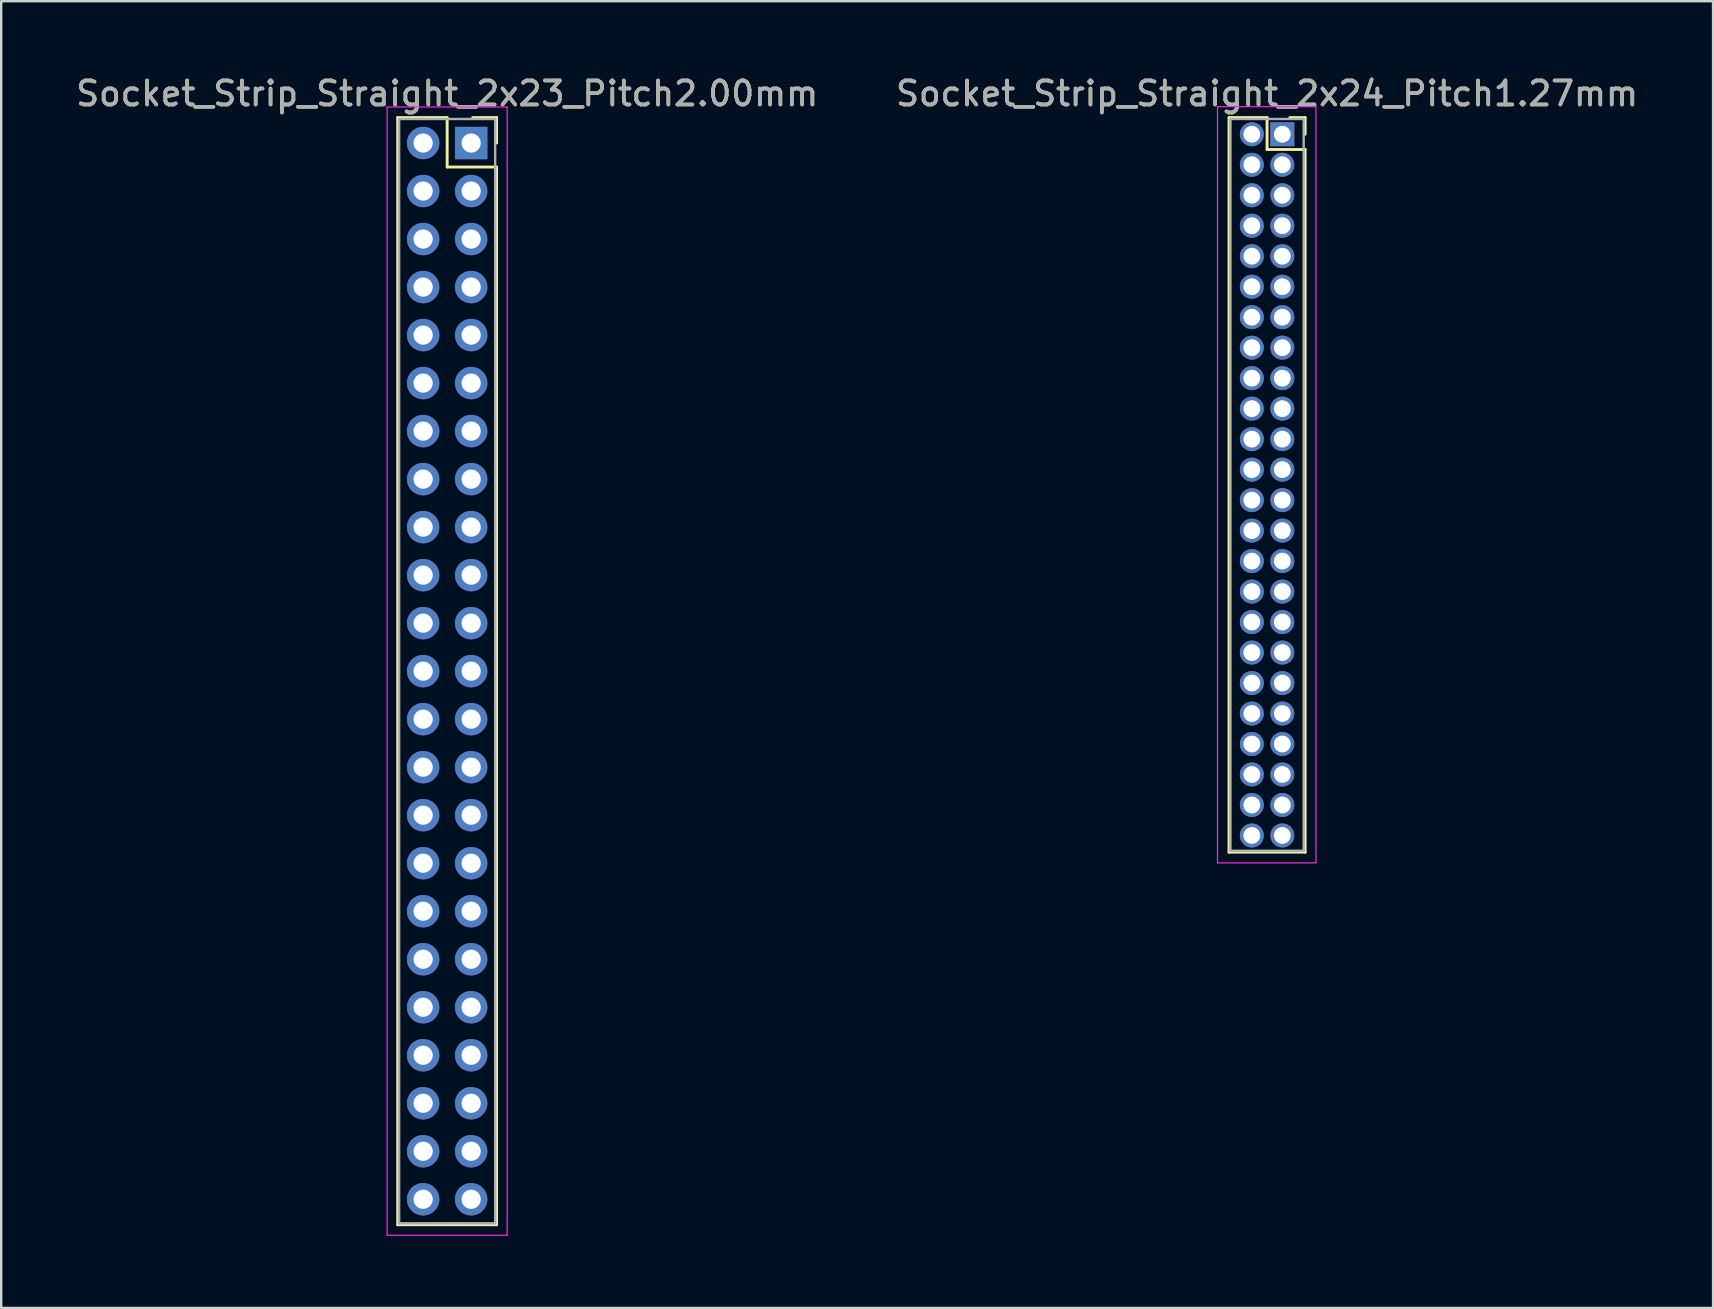
<source format=kicad_pcb>
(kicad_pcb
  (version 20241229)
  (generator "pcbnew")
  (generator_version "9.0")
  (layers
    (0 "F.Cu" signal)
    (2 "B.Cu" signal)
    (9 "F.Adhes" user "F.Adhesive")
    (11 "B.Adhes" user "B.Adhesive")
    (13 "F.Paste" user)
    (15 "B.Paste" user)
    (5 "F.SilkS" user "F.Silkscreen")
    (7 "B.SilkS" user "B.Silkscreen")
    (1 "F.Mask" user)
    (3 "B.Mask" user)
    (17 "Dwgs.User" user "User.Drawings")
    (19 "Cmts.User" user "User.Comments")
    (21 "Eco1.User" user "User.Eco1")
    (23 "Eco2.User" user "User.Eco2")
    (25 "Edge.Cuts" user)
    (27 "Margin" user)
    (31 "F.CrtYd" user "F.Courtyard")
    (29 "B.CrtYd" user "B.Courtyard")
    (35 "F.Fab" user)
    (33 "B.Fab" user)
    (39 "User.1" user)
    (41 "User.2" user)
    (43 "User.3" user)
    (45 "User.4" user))
  (footprint "Socket_Strip_Straight_2x23_Pitch2.00mm"
    (layer "F.Cu")
    (at 16.577 2.908)
    (property "Reference" "Socket_Strip_Straight_2x23_Pitch2.00mm" (at -1 -2.06 0) (layer "F.SilkS") (effects (font (size 1 1) (thickness 0.15))))
    (attr through_hole)
    (fp_line (start -3.06 -1.06) (end -1 -1.06) (stroke (width 0.12) (type solid)) (layer "F.SilkS"))
    (fp_line (start -3.06 45.06) (end -3.06 -1.06) (stroke (width 0.12) (type solid)) (layer "F.SilkS"))
    (fp_line (start -1 -1.06) (end -1 1) (stroke (width 0.12) (type solid)) (layer "F.SilkS"))
    (fp_line (start -1 1) (end 1.06 1) (stroke (width 0.12) (type solid)) (layer "F.SilkS"))
    (fp_line (start 1.06 -1.06) (end 0.06 -1.06) (stroke (width 0.12) (type solid)) (layer "F.SilkS"))
    (fp_line (start 1.06 0) (end 1.06 -1.06) (stroke (width 0.12) (type solid)) (layer "F.SilkS"))
    (fp_line (start 1.06 1) (end 1.06 45.06) (stroke (width 0.12) (type solid)) (layer "F.SilkS"))
    (fp_line (start 1.06 45.06) (end -3.06 45.06) (stroke (width 0.12) (type solid)) (layer "F.SilkS"))
    (fp_line (start -3.5 -1.5) (end -3.5 45.5) (stroke (width 0.05) (type solid)) (layer "F.CrtYd"))
    (fp_line (start -3.5 45.5) (end 1.5 45.5) (stroke (width 0.05) (type solid)) (layer "F.CrtYd"))
    (fp_line (start 1.5 -1.5) (end -3.5 -1.5) (stroke (width 0.05) (type solid)) (layer "F.CrtYd"))
    (fp_line (start 1.5 45.5) (end 1.5 -1.5) (stroke (width 0.05) (type solid)) (layer "F.CrtYd"))
    (fp_line (start -3 -1) (end -3 45) (stroke (width 0.1) (type solid)) (layer "F.Fab"))
    (fp_line (start -3 45) (end 1 45) (stroke (width 0.1) (type solid)) (layer "F.Fab"))
    (fp_line (start 1 -1) (end -3 -1) (stroke (width 0.1) (type solid)) (layer "F.Fab"))
    (fp_line (start 1 45) (end 1 -1) (stroke (width 0.1) (type solid)) (layer "F.Fab"))
    (fp_text user "${REFERENCE}" (at -1 -2.06 0) (layer "F.Fab") (effects (font (size 1 1) (thickness 0.15))))
    (pad "1" thru_hole rect (at 0 0) (size 1.35 1.35) (drill 0.8) (layers "*.Cu" "*.Mask"))
    (pad "2" thru_hole oval (at -2 0) (size 1.35 1.35) (drill 0.8) (layers "*.Cu" "*.Mask"))
    (pad "3" thru_hole oval (at 0 2) (size 1.35 1.35) (drill 0.8) (layers "*.Cu" "*.Mask"))
    (pad "4" thru_hole oval (at -2 2) (size 1.35 1.35) (drill 0.8) (layers "*.Cu" "*.Mask"))
    (pad "5" thru_hole oval (at 0 4) (size 1.35 1.35) (drill 0.8) (layers "*.Cu" "*.Mask"))
    (pad "6" thru_hole oval (at -2 4) (size 1.35 1.35) (drill 0.8) (layers "*.Cu" "*.Mask"))
    (pad "7" thru_hole oval (at 0 6) (size 1.35 1.35) (drill 0.8) (layers "*.Cu" "*.Mask"))
    (pad "8" thru_hole oval (at -2 6) (size 1.35 1.35) (drill 0.8) (layers "*.Cu" "*.Mask"))
    (pad "9" thru_hole oval (at 0 8) (size 1.35 1.35) (drill 0.8) (layers "*.Cu" "*.Mask"))
    (pad "10" thru_hole oval (at -2 8) (size 1.35 1.35) (drill 0.8) (layers "*.Cu" "*.Mask"))
    (pad "11" thru_hole oval (at 0 10) (size 1.35 1.35) (drill 0.8) (layers "*.Cu" "*.Mask"))
    (pad "12" thru_hole oval (at -2 10) (size 1.35 1.35) (drill 0.8) (layers "*.Cu" "*.Mask"))
    (pad "13" thru_hole oval (at 0 12) (size 1.35 1.35) (drill 0.8) (layers "*.Cu" "*.Mask"))
    (pad "14" thru_hole oval (at -2 12) (size 1.35 1.35) (drill 0.8) (layers "*.Cu" "*.Mask"))
    (pad "15" thru_hole oval (at 0 14) (size 1.35 1.35) (drill 0.8) (layers "*.Cu" "*.Mask"))
    (pad "16" thru_hole oval (at -2 14) (size 1.35 1.35) (drill 0.8) (layers "*.Cu" "*.Mask"))
    (pad "17" thru_hole oval (at 0 16) (size 1.35 1.35) (drill 0.8) (layers "*.Cu" "*.Mask"))
    (pad "18" thru_hole oval (at -2 16) (size 1.35 1.35) (drill 0.8) (layers "*.Cu" "*.Mask"))
    (pad "19" thru_hole oval (at 0 18) (size 1.35 1.35) (drill 0.8) (layers "*.Cu" "*.Mask"))
    (pad "20" thru_hole oval (at -2 18) (size 1.35 1.35) (drill 0.8) (layers "*.Cu" "*.Mask"))
    (pad "21" thru_hole oval (at 0 20) (size 1.35 1.35) (drill 0.8) (layers "*.Cu" "*.Mask"))
    (pad "22" thru_hole oval (at -2 20) (size 1.35 1.35) (drill 0.8) (layers "*.Cu" "*.Mask"))
    (pad "23" thru_hole oval (at 0 22) (size 1.35 1.35) (drill 0.8) (layers "*.Cu" "*.Mask"))
    (pad "24" thru_hole oval (at -2 22) (size 1.35 1.35) (drill 0.8) (layers "*.Cu" "*.Mask"))
    (pad "25" thru_hole oval (at 0 24) (size 1.35 1.35) (drill 0.8) (layers "*.Cu" "*.Mask"))
    (pad "26" thru_hole oval (at -2 24) (size 1.35 1.35) (drill 0.8) (layers "*.Cu" "*.Mask"))
    (pad "27" thru_hole oval (at 0 26) (size 1.35 1.35) (drill 0.8) (layers "*.Cu" "*.Mask"))
    (pad "28" thru_hole oval (at -2 26) (size 1.35 1.35) (drill 0.8) (layers "*.Cu" "*.Mask"))
    (pad "29" thru_hole oval (at 0 28) (size 1.35 1.35) (drill 0.8) (layers "*.Cu" "*.Mask"))
    (pad "30" thru_hole oval (at -2 28) (size 1.35 1.35) (drill 0.8) (layers "*.Cu" "*.Mask"))
    (pad "31" thru_hole oval (at 0 30) (size 1.35 1.35) (drill 0.8) (layers "*.Cu" "*.Mask"))
    (pad "32" thru_hole oval (at -2 30) (size 1.35 1.35) (drill 0.8) (layers "*.Cu" "*.Mask"))
    (pad "33" thru_hole oval (at 0 32) (size 1.35 1.35) (drill 0.8) (layers "*.Cu" "*.Mask"))
    (pad "34" thru_hole oval (at -2 32) (size 1.35 1.35) (drill 0.8) (layers "*.Cu" "*.Mask"))
    (pad "35" thru_hole oval (at 0 34) (size 1.35 1.35) (drill 0.8) (layers "*.Cu" "*.Mask"))
    (pad "36" thru_hole oval (at -2 34) (size 1.35 1.35) (drill 0.8) (layers "*.Cu" "*.Mask"))
    (pad "37" thru_hole oval (at 0 36) (size 1.35 1.35) (drill 0.8) (layers "*.Cu" "*.Mask"))
    (pad "38" thru_hole oval (at -2 36) (size 1.35 1.35) (drill 0.8) (layers "*.Cu" "*.Mask"))
    (pad "39" thru_hole oval (at 0 38) (size 1.35 1.35) (drill 0.8) (layers "*.Cu" "*.Mask"))
    (pad "40" thru_hole oval (at -2 38) (size 1.35 1.35) (drill 0.8) (layers "*.Cu" "*.Mask"))
    (pad "41" thru_hole oval (at 0 40) (size 1.35 1.35) (drill 0.8) (layers "*.Cu" "*.Mask"))
    (pad "42" thru_hole oval (at -2 40) (size 1.35 1.35) (drill 0.8) (layers "*.Cu" "*.Mask"))
    (pad "43" thru_hole oval (at 0 42) (size 1.35 1.35) (drill 0.8) (layers "*.Cu" "*.Mask"))
    (pad "44" thru_hole oval (at -2 42) (size 1.35 1.35) (drill 0.8) (layers "*.Cu" "*.Mask"))
    (pad "45" thru_hole oval (at 0 44) (size 1.35 1.35) (drill 0.8) (layers "*.Cu" "*.Mask"))
    (pad "46" thru_hole oval (at -2 44) (size 1.35 1.35) (drill 0.8) (layers "*.Cu" "*.Mask")))
  (footprint "Socket_Strip_Straight_2x24_Pitch1.27mm"
    (layer "F.Cu")
    (at 50.367 2.543)
    (property "Reference" "Socket_Strip_Straight_2x24_Pitch1.27mm" (at -0.635 -1.695 0) (layer "F.SilkS") (effects (font (size 1 1) (thickness 0.15))))
    (attr through_hole)
    (fp_line (start -2.22 -0.695) (end -0.635 -0.695) (stroke (width 0.12) (type solid)) (layer "F.SilkS"))
    (fp_line (start -2.22 29.905) (end -2.22 -0.695) (stroke (width 0.12) (type solid)) (layer "F.SilkS"))
    (fp_line (start -0.635 -0.695) (end -0.635 0.635) (stroke (width 0.12) (type solid)) (layer "F.SilkS"))
    (fp_line (start -0.635 0.635) (end 0.95 0.635) (stroke (width 0.12) (type solid)) (layer "F.SilkS"))
    (fp_line (start 0.95 -0.695) (end 0.315 -0.695) (stroke (width 0.12) (type solid)) (layer "F.SilkS"))
    (fp_line (start 0.95 0) (end 0.95 -0.695) (stroke (width 0.12) (type solid)) (layer "F.SilkS"))
    (fp_line (start 0.95 0.635) (end 0.95 29.905) (stroke (width 0.12) (type solid)) (layer "F.SilkS"))
    (fp_line (start 0.95 29.905) (end -2.22 29.905) (stroke (width 0.12) (type solid)) (layer "F.SilkS"))
    (fp_line (start -2.7 -1.15) (end -2.7 30.35) (stroke (width 0.05) (type solid)) (layer "F.CrtYd"))
    (fp_line (start -2.7 30.35) (end 1.4 30.35) (stroke (width 0.05) (type solid)) (layer "F.CrtYd"))
    (fp_line (start 1.4 -1.15) (end -2.7 -1.15) (stroke (width 0.05) (type solid)) (layer "F.CrtYd"))
    (fp_line (start 1.4 30.35) (end 1.4 -1.15) (stroke (width 0.05) (type solid)) (layer "F.CrtYd"))
    (fp_line (start -2.16 -0.635) (end -2.16 29.845) (stroke (width 0.1) (type solid)) (layer "F.Fab"))
    (fp_line (start -2.16 29.845) (end 0.89 29.845) (stroke (width 0.1) (type solid)) (layer "F.Fab"))
    (fp_line (start 0.89 -0.635) (end -2.16 -0.635) (stroke (width 0.1) (type solid)) (layer "F.Fab"))
    (fp_line (start 0.89 29.845) (end 0.89 -0.635) (stroke (width 0.1) (type solid)) (layer "F.Fab"))
    (fp_text user "${REFERENCE}" (at -0.635 -1.695 0) (layer "F.Fab") (effects (font (size 1 1) (thickness 0.15))))
    (pad "1" thru_hole rect (at 0 0) (size 1 1) (drill 0.7) (layers "*.Cu" "*.Mask"))
    (pad "2" thru_hole oval (at -1.27 0) (size 1 1) (drill 0.7) (layers "*.Cu" "*.Mask"))
    (pad "3" thru_hole oval (at 0 1.27) (size 1 1) (drill 0.7) (layers "*.Cu" "*.Mask"))
    (pad "4" thru_hole oval (at -1.27 1.27) (size 1 1) (drill 0.7) (layers "*.Cu" "*.Mask"))
    (pad "5" thru_hole oval (at 0 2.54) (size 1 1) (drill 0.7) (layers "*.Cu" "*.Mask"))
    (pad "6" thru_hole oval (at -1.27 2.54) (size 1 1) (drill 0.7) (layers "*.Cu" "*.Mask"))
    (pad "7" thru_hole oval (at 0 3.81) (size 1 1) (drill 0.7) (layers "*.Cu" "*.Mask"))
    (pad "8" thru_hole oval (at -1.27 3.81) (size 1 1) (drill 0.7) (layers "*.Cu" "*.Mask"))
    (pad "9" thru_hole oval (at 0 5.08) (size 1 1) (drill 0.7) (layers "*.Cu" "*.Mask"))
    (pad "10" thru_hole oval (at -1.27 5.08) (size 1 1) (drill 0.7) (layers "*.Cu" "*.Mask"))
    (pad "11" thru_hole oval (at 0 6.35) (size 1 1) (drill 0.7) (layers "*.Cu" "*.Mask"))
    (pad "12" thru_hole oval (at -1.27 6.35) (size 1 1) (drill 0.7) (layers "*.Cu" "*.Mask"))
    (pad "13" thru_hole oval (at 0 7.62) (size 1 1) (drill 0.7) (layers "*.Cu" "*.Mask"))
    (pad "14" thru_hole oval (at -1.27 7.62) (size 1 1) (drill 0.7) (layers "*.Cu" "*.Mask"))
    (pad "15" thru_hole oval (at 0 8.89) (size 1 1) (drill 0.7) (layers "*.Cu" "*.Mask"))
    (pad "16" thru_hole oval (at -1.27 8.89) (size 1 1) (drill 0.7) (layers "*.Cu" "*.Mask"))
    (pad "17" thru_hole oval (at 0 10.16) (size 1 1) (drill 0.7) (layers "*.Cu" "*.Mask"))
    (pad "18" thru_hole oval (at -1.27 10.16) (size 1 1) (drill 0.7) (layers "*.Cu" "*.Mask"))
    (pad "19" thru_hole oval (at 0 11.43) (size 1 1) (drill 0.7) (layers "*.Cu" "*.Mask"))
    (pad "20" thru_hole oval (at -1.27 11.43) (size 1 1) (drill 0.7) (layers "*.Cu" "*.Mask"))
    (pad "21" thru_hole oval (at 0 12.7) (size 1 1) (drill 0.7) (layers "*.Cu" "*.Mask"))
    (pad "22" thru_hole oval (at -1.27 12.7) (size 1 1) (drill 0.7) (layers "*.Cu" "*.Mask"))
    (pad "23" thru_hole oval (at 0 13.97) (size 1 1) (drill 0.7) (layers "*.Cu" "*.Mask"))
    (pad "24" thru_hole oval (at -1.27 13.97) (size 1 1) (drill 0.7) (layers "*.Cu" "*.Mask"))
    (pad "25" thru_hole oval (at 0 15.24) (size 1 1) (drill 0.7) (layers "*.Cu" "*.Mask"))
    (pad "26" thru_hole oval (at -1.27 15.24) (size 1 1) (drill 0.7) (layers "*.Cu" "*.Mask"))
    (pad "27" thru_hole oval (at 0 16.51) (size 1 1) (drill 0.7) (layers "*.Cu" "*.Mask"))
    (pad "28" thru_hole oval (at -1.27 16.51) (size 1 1) (drill 0.7) (layers "*.Cu" "*.Mask"))
    (pad "29" thru_hole oval (at 0 17.78) (size 1 1) (drill 0.7) (layers "*.Cu" "*.Mask"))
    (pad "30" thru_hole oval (at -1.27 17.78) (size 1 1) (drill 0.7) (layers "*.Cu" "*.Mask"))
    (pad "31" thru_hole oval (at 0 19.05) (size 1 1) (drill 0.7) (layers "*.Cu" "*.Mask"))
    (pad "32" thru_hole oval (at -1.27 19.05) (size 1 1) (drill 0.7) (layers "*.Cu" "*.Mask"))
    (pad "33" thru_hole oval (at 0 20.32) (size 1 1) (drill 0.7) (layers "*.Cu" "*.Mask"))
    (pad "34" thru_hole oval (at -1.27 20.32) (size 1 1) (drill 0.7) (layers "*.Cu" "*.Mask"))
    (pad "35" thru_hole oval (at 0 21.59) (size 1 1) (drill 0.7) (layers "*.Cu" "*.Mask"))
    (pad "36" thru_hole oval (at -1.27 21.59) (size 1 1) (drill 0.7) (layers "*.Cu" "*.Mask"))
    (pad "37" thru_hole oval (at 0 22.86) (size 1 1) (drill 0.7) (layers "*.Cu" "*.Mask"))
    (pad "38" thru_hole oval (at -1.27 22.86) (size 1 1) (drill 0.7) (layers "*.Cu" "*.Mask"))
    (pad "39" thru_hole oval (at 0 24.13) (size 1 1) (drill 0.7) (layers "*.Cu" "*.Mask"))
    (pad "40" thru_hole oval (at -1.27 24.13) (size 1 1) (drill 0.7) (layers "*.Cu" "*.Mask"))
    (pad "41" thru_hole oval (at 0 25.4) (size 1 1) (drill 0.7) (layers "*.Cu" "*.Mask"))
    (pad "42" thru_hole oval (at -1.27 25.4) (size 1 1) (drill 0.7) (layers "*.Cu" "*.Mask"))
    (pad "43" thru_hole oval (at 0 26.67) (size 1 1) (drill 0.7) (layers "*.Cu" "*.Mask"))
    (pad "44" thru_hole oval (at -1.27 26.67) (size 1 1) (drill 0.7) (layers "*.Cu" "*.Mask"))
    (pad "45" thru_hole oval (at 0 27.94) (size 1 1) (drill 0.7) (layers "*.Cu" "*.Mask"))
    (pad "46" thru_hole oval (at -1.27 27.94) (size 1 1) (drill 0.7) (layers "*.Cu" "*.Mask"))
    (pad "47" thru_hole oval (at 0 29.21) (size 1 1) (drill 0.7) (layers "*.Cu" "*.Mask"))
    (pad "48" thru_hole oval (at -1.27 29.21) (size 1 1) (drill 0.7) (layers "*.Cu" "*.Mask")))
  (gr_rect
    (start -3 -3)
    (end 68.31 51.433)
    (stroke (width 0.1) (type default))
    (fill no)
    (layer "Edge.Cuts")))
</source>
